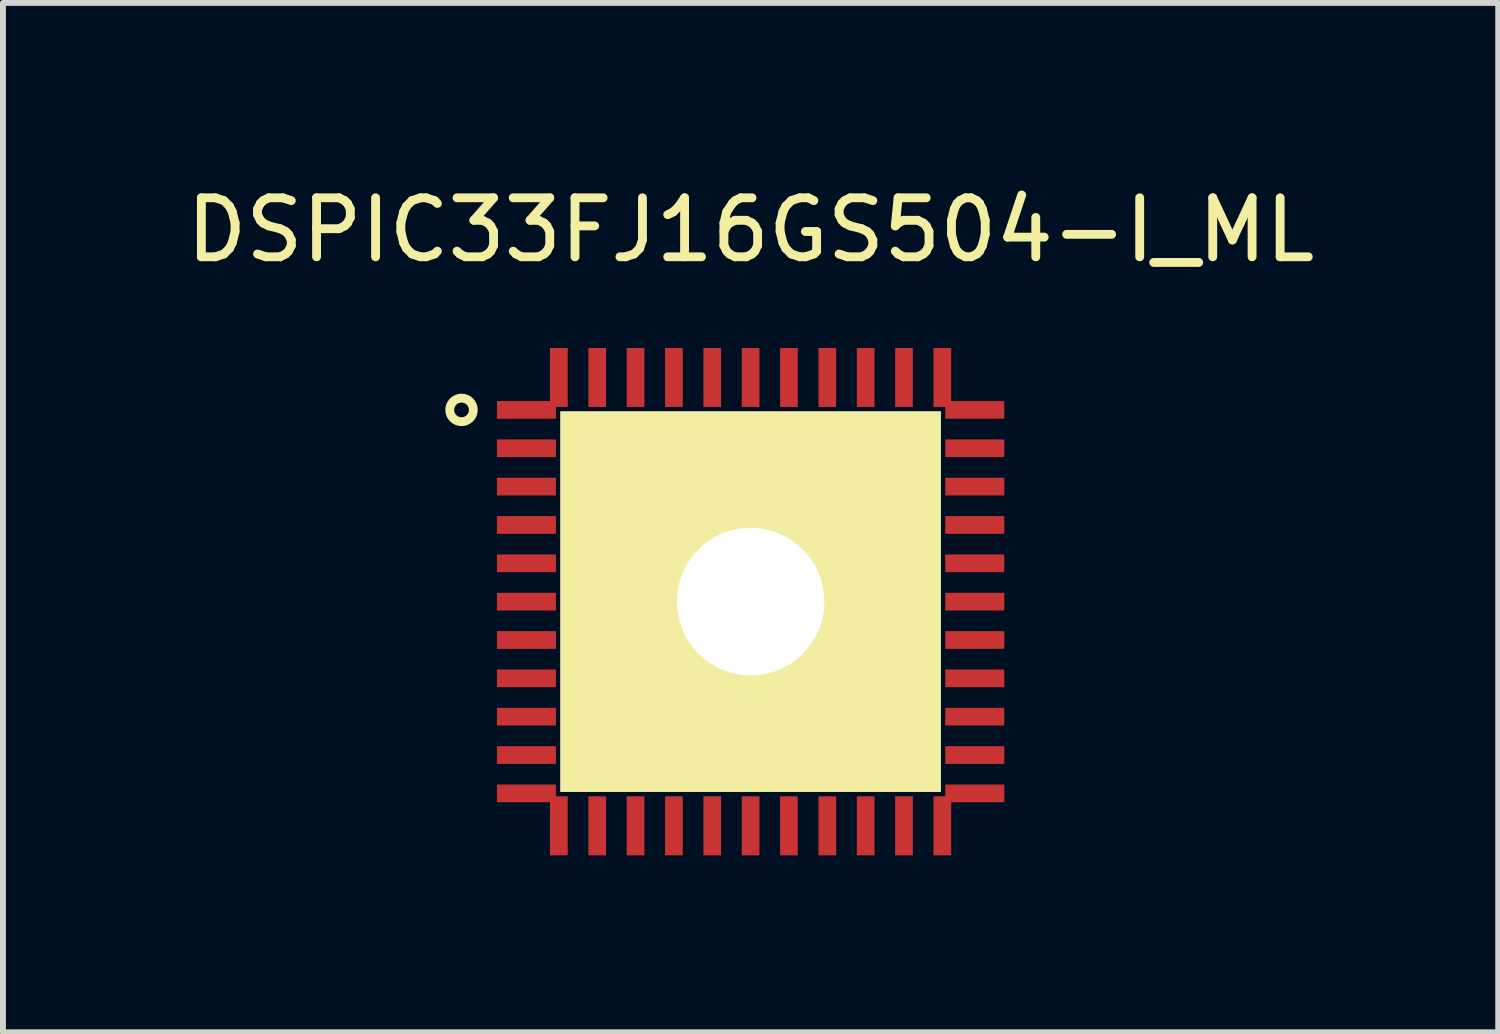
<source format=kicad_pcb>
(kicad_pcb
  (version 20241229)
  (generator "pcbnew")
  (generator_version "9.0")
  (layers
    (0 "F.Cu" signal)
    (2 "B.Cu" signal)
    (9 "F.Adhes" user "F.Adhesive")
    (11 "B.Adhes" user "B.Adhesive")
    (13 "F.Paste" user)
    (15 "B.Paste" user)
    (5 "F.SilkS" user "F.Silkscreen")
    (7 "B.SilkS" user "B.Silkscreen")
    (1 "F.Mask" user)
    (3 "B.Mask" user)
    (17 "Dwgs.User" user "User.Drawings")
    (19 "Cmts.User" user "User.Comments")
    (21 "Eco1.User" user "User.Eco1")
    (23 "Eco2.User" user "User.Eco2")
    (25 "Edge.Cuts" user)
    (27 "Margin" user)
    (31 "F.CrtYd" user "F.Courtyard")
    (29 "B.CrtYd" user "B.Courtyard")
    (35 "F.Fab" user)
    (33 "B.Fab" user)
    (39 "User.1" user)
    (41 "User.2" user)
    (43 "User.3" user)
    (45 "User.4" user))
  (footprint "DSPIC33FJ16GS504-I_ML"
    (layer "F.Cu")
    (at 5.873 3.348)
    (property "Reference" "DSPIC33FJ16GS504-I_ML" (at 3.8 -2.5 0) (layer "F.SilkS") (effects (font (size 1 1) (thickness 0.15))))
    (attr through_hole)
    (fp_line (start 0.7 0.7) (end 0.7 6.9) (stroke (width 0.15) (type solid)) (layer "F.SilkS"))
    (fp_line (start 0.7 0.7) (end 6.9 0.7) (stroke (width 0.15) (type solid)) (layer "F.SilkS"))
    (fp_line (start 0.7 6.9) (end 6.9 6.9) (stroke (width 0.15) (type solid)) (layer "F.SilkS"))
    (fp_line (start 6.9 6.9) (end 6.9 0.7) (stroke (width 0.15) (type solid)) (layer "F.SilkS"))
    (fp_circle (center -1.1 0.55) (end -1.1 0.35) (stroke (width 0.15) (type solid)) (fill no) (layer "F.SilkS"))
    (fp_circle (center 1.7 1.7) (end 1.7 1.2) (stroke (width 0.15) (type solid)) (fill no) (layer "F.SilkS"))
    (pad "1" smd rect (at 0 0.55) (size 1 0.3) (layers "F.Cu" "F.Mask" "F.Paste"))
    (pad "2" smd rect (at 0 1.2) (size 1 0.3) (layers "F.Cu" "F.Mask" "F.Paste"))
    (pad "3" smd rect (at 0 1.85) (size 1 0.3) (layers "F.Cu" "F.Mask" "F.Paste"))
    (pad "4" smd rect (at 0 2.5) (size 1 0.3) (layers "F.Cu" "F.Mask" "F.Paste"))
    (pad "5" smd rect (at 0 3.15) (size 1 0.3) (layers "F.Cu" "F.Mask" "F.Paste"))
    (pad "6" smd rect (at 0 3.8) (size 1 0.3) (layers "F.Cu" "F.Mask" "F.Paste"))
    (pad "7" smd rect (at 0 4.45) (size 1 0.3) (layers "F.Cu" "F.Mask" "F.Paste"))
    (pad "8" smd rect (at 0 5.1) (size 1 0.3) (layers "F.Cu" "F.Mask" "F.Paste"))
    (pad "9" smd rect (at 0 5.75) (size 1 0.3) (layers "F.Cu" "F.Mask" "F.Paste"))
    (pad "10" smd rect (at 0 6.4) (size 1 0.3) (layers "F.Cu" "F.Mask" "F.Paste"))
    (pad "11" smd rect (at 0 7.05) (size 1 0.3) (layers "F.Cu" "F.Mask" "F.Paste"))
    (pad "12" smd rect (at 0.55 7.6) (size 0.3 1) (layers "F.Cu" "F.Mask" "F.Paste"))
    (pad "13" smd rect (at 1.2 7.6) (size 0.3 1) (layers "F.Cu" "F.Mask" "F.Paste"))
    (pad "14" smd rect (at 1.85 7.6) (size 0.3 1) (layers "F.Cu" "F.Mask" "F.Paste"))
    (pad "15" smd rect (at 2.5 7.6) (size 0.3 1) (layers "F.Cu" "F.Mask" "F.Paste"))
    (pad "16" smd rect (at 3.15 7.6) (size 0.3 1) (layers "F.Cu" "F.Mask" "F.Paste"))
    (pad "17" smd rect (at 3.8 7.6) (size 0.3 1) (layers "F.Cu" "F.Mask" "F.Paste"))
    (pad "18" smd rect (at 4.45 7.6) (size 0.3 1) (layers "F.Cu" "F.Mask" "F.Paste"))
    (pad "19" smd rect (at 5.1 7.6) (size 0.3 1) (layers "F.Cu" "F.Mask" "F.Paste"))
    (pad "20" smd rect (at 5.75 7.6) (size 0.3 1) (layers "F.Cu" "F.Mask" "F.Paste"))
    (pad "21" smd rect (at 6.4 7.6) (size 0.3 1) (layers "F.Cu" "F.Mask" "F.Paste"))
    (pad "22" smd rect (at 7.05 7.6) (size 0.3 1) (layers "F.Cu" "F.Mask" "F.Paste"))
    (pad "23" smd rect (at 7.6 7.05) (size 1 0.3) (layers "F.Cu" "F.Mask" "F.Paste"))
    (pad "24" smd rect (at 7.6 6.4) (size 1 0.3) (layers "F.Cu" "F.Mask" "F.Paste"))
    (pad "25" smd rect (at 7.6 5.75) (size 1 0.3) (layers "F.Cu" "F.Mask" "F.Paste"))
    (pad "26" smd rect (at 7.6 5.1) (size 1 0.3) (layers "F.Cu" "F.Mask" "F.Paste"))
    (pad "27" smd rect (at 7.6 4.45) (size 1 0.3) (layers "F.Cu" "F.Mask" "F.Paste"))
    (pad "28" smd rect (at 7.6 3.8) (size 1 0.3) (layers "F.Cu" "F.Mask" "F.Paste"))
    (pad "29" smd rect (at 7.6 3.15) (size 1 0.3) (layers "F.Cu" "F.Mask" "F.Paste"))
    (pad "30" smd rect (at 7.6 2.5) (size 1 0.3) (layers "F.Cu" "F.Mask" "F.Paste"))
    (pad "31" smd rect (at 7.6 1.85) (size 1 0.3) (layers "F.Cu" "F.Mask" "F.Paste"))
    (pad "32" smd rect (at 7.6 1.2) (size 1 0.3) (layers "F.Cu" "F.Mask" "F.Paste"))
    (pad "33" smd rect (at 7.6 0.55) (size 1 0.3) (layers "F.Cu" "F.Mask" "F.Paste"))
    (pad "34" smd rect (at 7.05 0) (size 0.3 1) (layers "F.Cu" "F.Mask" "F.Paste"))
    (pad "35" smd rect (at 6.4 0) (size 0.3 1) (layers "F.Cu" "F.Mask" "F.Paste"))
    (pad "36" smd rect (at 5.75 0) (size 0.3 1) (layers "F.Cu" "F.Mask" "F.Paste"))
    (pad "37" smd rect (at 5.1 0) (size 0.3 1) (layers "F.Cu" "F.Mask" "F.Paste"))
    (pad "38" smd rect (at 4.45 0) (size 0.3 1) (layers "F.Cu" "F.Mask" "F.Paste"))
    (pad "39" smd rect (at 3.8 0) (size 0.3 1) (layers "F.Cu" "F.Mask" "F.Paste"))
    (pad "40" smd rect (at 3.15 0) (size 0.3 1) (layers "F.Cu" "F.Mask" "F.Paste"))
    (pad "41" smd rect (at 2.5 0) (size 0.3 1) (layers "F.Cu" "F.Mask" "F.Paste"))
    (pad "42" smd rect (at 1.85 0) (size 0.3 1) (layers "F.Cu" "F.Mask" "F.Paste"))
    (pad "43" smd rect (at 1.2 0) (size 0.3 1) (layers "F.Cu" "F.Mask" "F.Paste"))
    (pad "44" smd rect (at 0.55 0) (size 0.3 1) (layers "F.Cu" "F.Mask" "F.Paste"))
    (pad "999" thru_hole rect (at 3.8 3.8) (size 6.45 6.45) (drill 2.5) (layers "*.Cu" "*.Mask" "F.SilkS")))
  (gr_rect
    (start -3 -3)
    (end 22.345 14.448)
    (stroke (width 0.1) (type default))
    (fill no)
    (layer "Edge.Cuts")))
</source>
